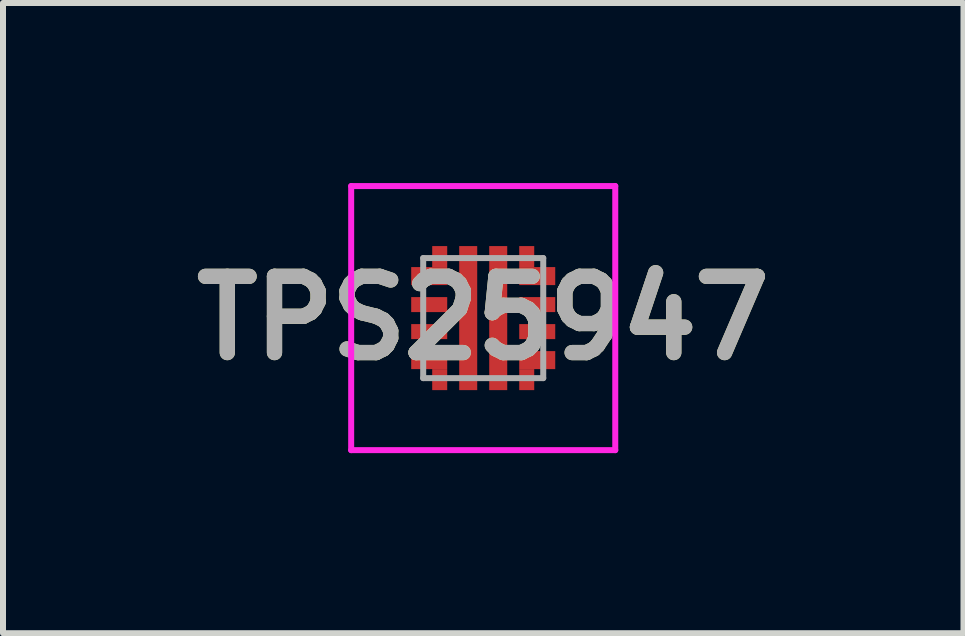
<source format=kicad_pcb>
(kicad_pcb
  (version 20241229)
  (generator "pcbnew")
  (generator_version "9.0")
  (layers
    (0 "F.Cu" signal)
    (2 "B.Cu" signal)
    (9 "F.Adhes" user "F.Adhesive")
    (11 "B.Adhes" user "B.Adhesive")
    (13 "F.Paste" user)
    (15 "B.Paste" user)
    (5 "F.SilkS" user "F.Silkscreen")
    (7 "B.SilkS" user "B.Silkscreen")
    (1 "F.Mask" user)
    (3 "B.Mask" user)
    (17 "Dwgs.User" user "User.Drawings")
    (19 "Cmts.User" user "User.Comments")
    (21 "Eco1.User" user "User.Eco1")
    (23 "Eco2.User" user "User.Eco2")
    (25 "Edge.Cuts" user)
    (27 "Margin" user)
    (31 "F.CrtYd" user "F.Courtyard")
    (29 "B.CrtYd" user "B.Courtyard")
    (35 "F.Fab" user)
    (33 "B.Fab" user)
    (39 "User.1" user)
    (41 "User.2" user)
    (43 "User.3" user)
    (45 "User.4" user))
  (footprint "TPS25947"
    (layer "F.Cu")
    (at 5.001 2.25)
    (property "Reference" "TPS25947" (at 0 0 0) (layer "F.SilkS") (effects (font (size 1.27 1.27) (thickness 0.254))))
    (attr smd)
    (fp_line (start -1.75 -0.675) (end -1.75 -0.675) (stroke (width 0.1) (type solid)) (layer "F.SilkS"))
    (fp_line (start -1.65 -0.675) (end -1.65 -0.675) (stroke (width 0.1) (type solid)) (layer "F.SilkS"))
    (fp_arc (start -1.75 -0.675) (mid -1.7 -0.725) (end -1.65 -0.675) (stroke (width 0.1) (type solid)) (layer "F.SilkS"))
    (fp_arc (start -1.65 -0.675) (mid -1.7 -0.625) (end -1.75 -0.675) (stroke (width 0.1) (type solid)) (layer "F.SilkS"))
    (fp_line (start -2.2 -2.2) (end 2.2 -2.2) (stroke (width 0.1) (type solid)) (layer "F.CrtYd"))
    (fp_line (start -2.2 2.2) (end -2.2 -2.2) (stroke (width 0.1) (type solid)) (layer "F.CrtYd"))
    (fp_line (start 2.2 -2.2) (end 2.2 2.2) (stroke (width 0.1) (type solid)) (layer "F.CrtYd"))
    (fp_line (start 2.2 2.2) (end -2.2 2.2) (stroke (width 0.1) (type solid)) (layer "F.CrtYd"))
    (fp_line (start -1 -1) (end 1 -1) (stroke (width 0.1) (type solid)) (layer "F.Fab"))
    (fp_line (start -1 1) (end -1 -1) (stroke (width 0.1) (type solid)) (layer "F.Fab"))
    (fp_line (start 1 -1) (end 1 1) (stroke (width 0.1) (type solid)) (layer "F.Fab"))
    (fp_line (start 1 1) (end -1 1) (stroke (width 0.1) (type solid)) (layer "F.Fab"))
    (fp_text user "${REFERENCE}" (at 0 0 0) (layer "F.Fab") (effects (font (size 1.27 1.27) (thickness 0.254))))
    (pad "1" smd rect (at -0.9 -0.7 90) (size 0.3 0.6) (layers "F.Cu" "F.Mask" "F.Paste"))
    (pad "2" smd rect (at -0.9 -0.225 90) (size 0.25 0.6) (layers "F.Cu" "F.Mask" "F.Paste"))
    (pad "3" smd rect (at -0.9 0.225 90) (size 0.25 0.6) (layers "F.Cu" "F.Mask" "F.Paste"))
    (pad "4" smd rect (at -0.9 0.7 90) (size 0.3 0.6) (layers "F.Cu" "F.Mask" "F.Paste"))
    (pad "5" smd rect (at -0.25 0) (size 0.3 2.4) (layers "F.Cu" "F.Mask" "F.Paste"))
    (pad "6" smd rect (at 0.25 0) (size 0.3 2.4) (layers "F.Cu" "F.Mask" "F.Paste"))
    (pad "7" smd rect (at 0.9 0.7 90) (size 0.3 0.6) (layers "F.Cu" "F.Mask" "F.Paste"))
    (pad "8" smd rect (at 0.9 0.225 90) (size 0.25 0.6) (layers "F.Cu" "F.Mask" "F.Paste"))
    (pad "9" smd rect (at 0.9 -0.225 90) (size 0.25 0.6) (layers "F.Cu" "F.Mask" "F.Paste"))
    (pad "10" smd rect (at 0.9 -0.7 90) (size 0.3 0.6) (layers "F.Cu" "F.Mask" "F.Paste"))
    (pad "11" smd rect (at -0.725 -1.025) (size 0.25 0.35) (layers "F.Cu" "F.Mask" "F.Paste"))
    (pad "12" smd rect (at -0.725 1.025) (size 0.25 0.35) (layers "F.Cu" "F.Mask" "F.Paste"))
    (pad "13" smd rect (at 0.725 1.025) (size 0.25 0.35) (layers "F.Cu" "F.Mask" "F.Paste"))
    (pad "14" smd rect (at 0.725 -1.025) (size 0.25 0.35) (layers "F.Cu" "F.Mask" "F.Paste")))
  (gr_rect
    (start -3 -3)
    (end 13.003 7.5)
    (stroke (width 0.1) (type default))
    (fill no)
    (layer "Edge.Cuts")))
</source>
